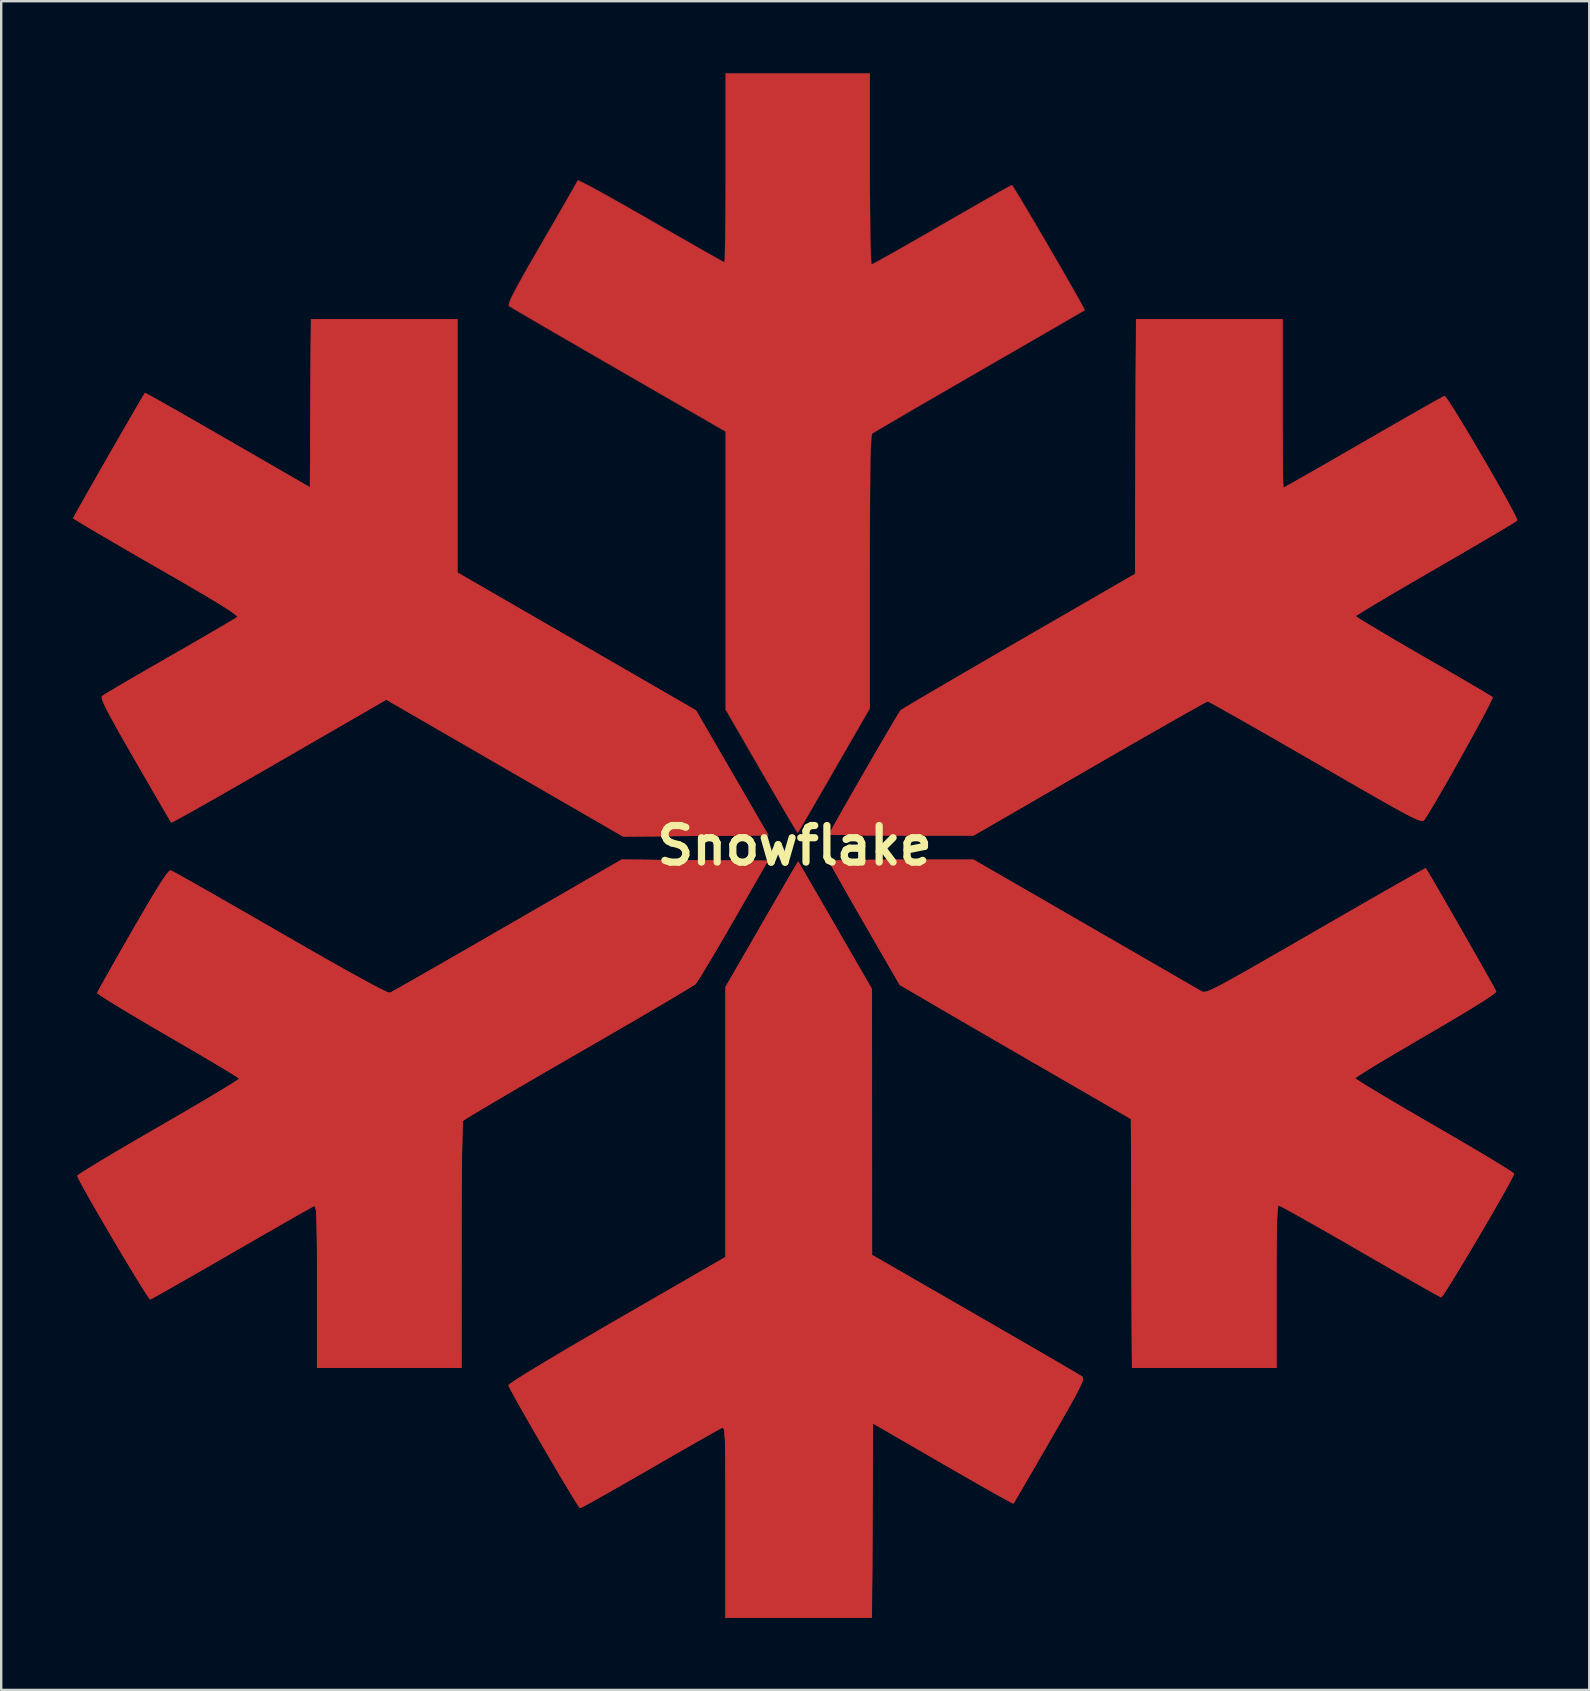
<source format=kicad_pcb>
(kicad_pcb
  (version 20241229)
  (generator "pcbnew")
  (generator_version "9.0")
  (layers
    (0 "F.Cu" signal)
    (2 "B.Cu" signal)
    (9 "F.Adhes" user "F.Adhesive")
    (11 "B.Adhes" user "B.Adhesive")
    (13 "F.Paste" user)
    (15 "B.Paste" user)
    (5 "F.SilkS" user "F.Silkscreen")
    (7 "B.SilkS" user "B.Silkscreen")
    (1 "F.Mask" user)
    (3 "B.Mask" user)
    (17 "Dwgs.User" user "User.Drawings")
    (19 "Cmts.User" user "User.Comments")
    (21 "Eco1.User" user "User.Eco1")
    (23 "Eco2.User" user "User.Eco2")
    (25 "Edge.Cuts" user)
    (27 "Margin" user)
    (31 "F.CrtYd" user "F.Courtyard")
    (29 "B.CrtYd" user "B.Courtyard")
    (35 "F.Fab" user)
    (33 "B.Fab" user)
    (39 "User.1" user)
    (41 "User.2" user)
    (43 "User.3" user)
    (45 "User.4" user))
  (footprint "Snowflake"
    (layer "F.Cu")
    (at 30.058 32.178)
    (property "Reference" "Snowflake" (at 0 0 0) (layer "F.SilkS") (effects (font (size 1.524 1.524) (thickness 0.3))))
    (attr through_hole)
    (fp_poly (pts (xy -14.055 -11.372) (xy -4.115 -5.63) (xy -2.815 -3.387) (xy -2.48 -2.809) (xy -2.163 -2.262) (xy -1.876 -1.769) (xy -1.633 -1.349) (xy -1.446 -1.027) (xy -1.327 -0.822) (xy -1.305 -0.785) (xy -1.096 -0.428) (xy -4.121 -0.404) (xy -7.147 -0.381) (xy -12.081 -3.232) (xy -17.015 -6.083) (xy -21.475 -3.507) (xy -22.27 -3.049) (xy -23.02 -2.618) (xy -23.713 -2.222) (xy -24.337 -1.866) (xy -24.879 -1.56) (xy -25.325 -1.309) (xy -25.664 -1.122) (xy -25.883 -1.004) (xy -25.969 -0.964) (xy -25.969 -0.965) (xy -26.018 -1.043) (xy -26.141 -1.252) (xy -26.33 -1.573) (xy -26.573 -1.991) (xy -26.861 -2.487) (xy -27.184 -3.046) (xy -27.482 -3.563) (xy -27.889 -4.271) (xy -28.215 -4.846) (xy -28.467 -5.302) (xy -28.652 -5.651) (xy -28.776 -5.905) (xy -28.846 -6.077) (xy -28.867 -6.181) (xy -28.853 -6.225) (xy -28.757 -6.288) (xy -28.53 -6.425) (xy -28.191 -6.626) (xy -27.756 -6.881) (xy -27.242 -7.179) (xy -26.667 -7.511) (xy -26.047 -7.867) (xy -26.035 -7.874) (xy -25.415 -8.23) (xy -24.839 -8.562) (xy -24.325 -8.861) (xy -23.889 -9.115) (xy -23.548 -9.316) (xy -23.321 -9.454) (xy -23.223 -9.517) (xy -23.222 -9.518) (xy -23.235 -9.563) (xy -23.333 -9.65) (xy -23.525 -9.786) (xy -23.82 -9.976) (xy -24.226 -10.225) (xy -24.751 -10.537) (xy -25.404 -10.919) (xy -26.193 -11.375) (xy -26.584 -11.6) (xy -27.283 -12.002) (xy -27.934 -12.378) (xy -28.524 -12.722) (xy -29.038 -13.023) (xy -29.463 -13.274) (xy -29.783 -13.466) (xy -29.985 -13.591) (xy -30.053 -13.639) (xy -30.013 -13.718) (xy -29.9 -13.923) (xy -29.726 -14.234) (xy -29.502 -14.631) (xy -29.239 -15.093) (xy -28.95 -15.6) (xy -28.646 -16.131) (xy -28.339 -16.667) (xy -28.04 -17.187) (xy -27.761 -17.67) (xy -27.514 -18.097) (xy -27.31 -18.447) (xy -27.161 -18.699) (xy -27.079 -18.834) (xy -27.067 -18.85) (xy -26.992 -18.814) (xy -26.784 -18.701) (xy -26.459 -18.52) (xy -26.03 -18.278) (xy -25.513 -17.984) (xy -24.922 -17.646) (xy -24.271 -17.272) (xy -23.618 -16.896) (xy -20.193 -14.919) (xy -20.171 -18.424) (xy -20.149 -21.929) (xy -14.055 -21.929) (xy -14.055 -11.372)) (stroke (width 0.01) (type solid)) (fill yes) (layer "F.Cu"))
    (fp_poly (pts (xy -14.055 -11.372) (xy -4.115 -5.63) (xy -2.815 -3.387) (xy -2.48 -2.809) (xy -2.163 -2.262) (xy -1.876 -1.769) (xy -1.633 -1.349) (xy -1.446 -1.027) (xy -1.327 -0.822) (xy -1.305 -0.785) (xy -1.096 -0.428) (xy -4.121 -0.404) (xy -7.147 -0.381) (xy -12.081 -3.232) (xy -17.015 -6.083) (xy -21.475 -3.507) (xy -22.27 -3.049) (xy -23.02 -2.618) (xy -23.713 -2.222) (xy -24.337 -1.866) (xy -24.879 -1.56) (xy -25.325 -1.309) (xy -25.664 -1.122) (xy -25.883 -1.004) (xy -25.969 -0.964) (xy -25.969 -0.965) (xy -26.018 -1.043) (xy -26.141 -1.252) (xy -26.33 -1.573) (xy -26.573 -1.991) (xy -26.861 -2.487) (xy -27.184 -3.046) (xy -27.482 -3.563) (xy -27.889 -4.271) (xy -28.215 -4.846) (xy -28.467 -5.302) (xy -28.652 -5.651) (xy -28.776 -5.905) (xy -28.846 -6.077) (xy -28.867 -6.181) (xy -28.853 -6.225) (xy -28.757 -6.288) (xy -28.53 -6.425) (xy -28.191 -6.626) (xy -27.756 -6.881) (xy -27.242 -7.179) (xy -26.667 -7.511) (xy -26.047 -7.867) (xy -26.035 -7.874) (xy -25.415 -8.23) (xy -24.839 -8.562) (xy -24.325 -8.861) (xy -23.889 -9.115) (xy -23.548 -9.316) (xy -23.321 -9.454) (xy -23.223 -9.517) (xy -23.222 -9.518) (xy -23.235 -9.563) (xy -23.333 -9.65) (xy -23.525 -9.786) (xy -23.82 -9.976) (xy -24.226 -10.225) (xy -24.751 -10.537) (xy -25.404 -10.919) (xy -26.193 -11.375) (xy -26.584 -11.6) (xy -27.283 -12.002) (xy -27.934 -12.378) (xy -28.524 -12.722) (xy -29.038 -13.023) (xy -29.463 -13.274) (xy -29.783 -13.466) (xy -29.985 -13.591) (xy -30.053 -13.639) (xy -30.013 -13.718) (xy -29.9 -13.923) (xy -29.726 -14.234) (xy -29.502 -14.631) (xy -29.239 -15.093) (xy -28.95 -15.6) (xy -28.646 -16.131) (xy -28.339 -16.667) (xy -28.04 -17.187) (xy -27.761 -17.67) (xy -27.514 -18.097) (xy -27.31 -18.447) (xy -27.161 -18.699) (xy -27.079 -18.834) (xy -27.067 -18.85) (xy -26.992 -18.814) (xy -26.784 -18.701) (xy -26.459 -18.52) (xy -26.03 -18.278) (xy -25.513 -17.984) (xy -24.922 -17.646) (xy -24.271 -17.272) (xy -23.618 -16.896) (xy -20.193 -14.919) (xy -20.171 -18.424) (xy -20.149 -21.929) (xy -14.055 -21.929) (xy -14.055 -11.372)) (stroke (width 0.01) (type solid)) (fill yes) (layer "F.Cu"))
    (fp_poly (pts (xy 1.682 3.325) (xy 3.217 5.982) (xy 3.219 11.521) (xy 3.221 17.06) (xy 7.527 19.541) (xy 8.312 19.994) (xy 9.056 20.424) (xy 9.745 20.822) (xy 10.365 21.182) (xy 10.904 21.495) (xy 11.348 21.754) (xy 11.684 21.951) (xy 11.898 22.078) (xy 11.974 22.125) (xy 12.005 22.165) (xy 12.008 22.234) (xy 11.977 22.346) (xy 11.905 22.515) (xy 11.784 22.757) (xy 11.607 23.086) (xy 11.366 23.516) (xy 11.055 24.062) (xy 10.666 24.737) (xy 10.628 24.803) (xy 10.281 25.403) (xy 9.962 25.955) (xy 9.679 26.442) (xy 9.443 26.848) (xy 9.263 27.155) (xy 9.149 27.347) (xy 9.112 27.408) (xy 9.034 27.373) (xy 8.827 27.263) (xy 8.504 27.085) (xy 8.082 26.848) (xy 7.577 26.561) (xy 7.004 26.234) (xy 6.379 25.874) (xy 6.171 25.754) (xy 3.26 24.07) (xy 3.238 28.122) (xy 3.216 32.173) (xy -2.879 32.173) (xy -2.879 28.185) (xy -2.879 27.259) (xy -2.88 26.488) (xy -2.883 25.859) (xy -2.888 25.357) (xy -2.895 24.97) (xy -2.905 24.681) (xy -2.919 24.479) (xy -2.937 24.349) (xy -2.96 24.277) (xy -2.987 24.249) (xy -3.02 24.251) (xy -3.023 24.252) (xy -3.127 24.306) (xy -3.36 24.435) (xy -3.706 24.63) (xy -4.148 24.881) (xy -4.67 25.179) (xy -5.253 25.514) (xy -5.883 25.877) (xy -6.016 25.954) (xy -6.65 26.319) (xy -7.238 26.656) (xy -7.764 26.956) (xy -8.214 27.208) (xy -8.569 27.406) (xy -8.814 27.538) (xy -8.933 27.597) (xy -8.941 27.599) (xy -8.997 27.528) (xy -9.124 27.33) (xy -9.311 27.026) (xy -9.546 26.636) (xy -9.818 26.18) (xy -10.113 25.679) (xy -10.421 25.154) (xy -10.729 24.623) (xy -11.025 24.109) (xy -11.298 23.632) (xy -11.536 23.211) (xy -11.726 22.867) (xy -11.858 22.621) (xy -11.918 22.493) (xy -11.92 22.486) (xy -11.853 22.424) (xy -11.649 22.284) (xy -11.316 22.072) (xy -10.865 21.795) (xy -10.305 21.458) (xy -9.647 21.066) (xy -8.899 20.626) (xy -8.072 20.144) (xy -7.412 19.762) (xy -2.879 17.145) (xy -2.879 11.52) (xy -2.879 5.895) (xy -1.508 3.519) (xy -1.17 2.932) (xy -0.852 2.383) (xy -0.568 1.891) (xy -0.328 1.477) (xy -0.144 1.16) (xy -0.027 0.959) (xy 0.005 0.906) (xy 0.147 0.669) (xy 1.682 3.325)) (stroke (width 0.01) (type solid)) (fill yes) (layer "F.Cu"))
    (fp_poly (pts (xy 1.682 3.325) (xy 3.217 5.982) (xy 3.219 11.521) (xy 3.221 17.06) (xy 7.527 19.541) (xy 8.312 19.994) (xy 9.056 20.424) (xy 9.745 20.822) (xy 10.365 21.182) (xy 10.904 21.495) (xy 11.348 21.754) (xy 11.684 21.951) (xy 11.898 22.078) (xy 11.974 22.125) (xy 12.005 22.165) (xy 12.008 22.234) (xy 11.977 22.346) (xy 11.905 22.515) (xy 11.784 22.757) (xy 11.607 23.086) (xy 11.366 23.516) (xy 11.055 24.062) (xy 10.666 24.737) (xy 10.628 24.803) (xy 10.281 25.403) (xy 9.962 25.955) (xy 9.679 26.442) (xy 9.443 26.848) (xy 9.263 27.155) (xy 9.149 27.347) (xy 9.112 27.408) (xy 9.034 27.373) (xy 8.827 27.263) (xy 8.504 27.085) (xy 8.082 26.848) (xy 7.577 26.561) (xy 7.004 26.234) (xy 6.379 25.874) (xy 6.171 25.754) (xy 3.26 24.07) (xy 3.238 28.122) (xy 3.216 32.173) (xy -2.879 32.173) (xy -2.879 28.185) (xy -2.879 27.259) (xy -2.88 26.488) (xy -2.883 25.859) (xy -2.888 25.357) (xy -2.895 24.97) (xy -2.905 24.681) (xy -2.919 24.479) (xy -2.937 24.349) (xy -2.96 24.277) (xy -2.987 24.249) (xy -3.02 24.251) (xy -3.023 24.252) (xy -3.127 24.306) (xy -3.36 24.435) (xy -3.706 24.63) (xy -4.148 24.881) (xy -4.67 25.179) (xy -5.253 25.514) (xy -5.883 25.877) (xy -6.016 25.954) (xy -6.65 26.319) (xy -7.238 26.656) (xy -7.764 26.956) (xy -8.214 27.208) (xy -8.569 27.406) (xy -8.814 27.538) (xy -8.933 27.597) (xy -8.941 27.599) (xy -8.997 27.528) (xy -9.124 27.33) (xy -9.311 27.026) (xy -9.546 26.636) (xy -9.818 26.18) (xy -10.113 25.679) (xy -10.421 25.154) (xy -10.729 24.623) (xy -11.025 24.109) (xy -11.298 23.632) (xy -11.536 23.211) (xy -11.726 22.867) (xy -11.858 22.621) (xy -11.918 22.493) (xy -11.92 22.486) (xy -11.853 22.424) (xy -11.649 22.284) (xy -11.316 22.072) (xy -10.865 21.795) (xy -10.305 21.458) (xy -9.647 21.066) (xy -8.899 20.626) (xy -8.072 20.144) (xy -7.412 19.762) (xy -2.879 17.145) (xy -2.879 11.52) (xy -2.879 5.895) (xy -1.508 3.519) (xy -1.17 2.932) (xy -0.852 2.383) (xy -0.568 1.891) (xy -0.328 1.477) (xy -0.144 1.16) (xy -0.027 0.959) (xy 0.005 0.906) (xy 0.147 0.669) (xy 1.682 3.325)) (stroke (width 0.01) (type solid)) (fill yes) (layer "F.Cu"))
    (fp_poly (pts (xy 3.133 -28.194) (xy 3.134 -27.35) (xy 3.139 -26.576) (xy 3.146 -25.886) (xy 3.155 -25.296) (xy 3.167 -24.819) (xy 3.18 -24.471) (xy 3.195 -24.266) (xy 3.208 -24.215) (xy 3.296 -24.256) (xy 3.513 -24.373) (xy 3.845 -24.557) (xy 4.274 -24.798) (xy 4.785 -25.089) (xy 5.361 -25.418) (xy 5.985 -25.778) (xy 6.137 -25.866) (xy 6.77 -26.231) (xy 7.358 -26.568) (xy 7.883 -26.869) (xy 8.33 -27.122) (xy 8.683 -27.321) (xy 8.926 -27.454) (xy 9.043 -27.514) (xy 9.05 -27.517) (xy 9.102 -27.447) (xy 9.226 -27.25) (xy 9.41 -26.947) (xy 9.643 -26.558) (xy 9.912 -26.103) (xy 10.207 -25.601) (xy 10.516 -25.073) (xy 10.826 -24.539) (xy 11.127 -24.018) (xy 11.406 -23.532) (xy 11.653 -23.1) (xy 11.854 -22.743) (xy 11.999 -22.479) (xy 12.076 -22.33) (xy 12.085 -22.303) (xy 12.01 -22.259) (xy 11.801 -22.138) (xy 11.471 -21.947) (xy 11.033 -21.693) (xy 10.5 -21.385) (xy 9.884 -21.029) (xy 9.198 -20.633) (xy 8.455 -20.204) (xy 7.705 -19.771) (xy 6.916 -19.315) (xy 6.17 -18.883) (xy 5.479 -18.483) (xy 4.857 -18.122) (xy 4.317 -17.807) (xy 3.872 -17.546) (xy 3.534 -17.348) (xy 3.319 -17.219) (xy 3.239 -17.168) (xy 3.217 -17.116) (xy 3.198 -16.99) (xy 3.182 -16.781) (xy 3.168 -16.479) (xy 3.157 -16.074) (xy 3.149 -15.555) (xy 3.142 -14.913) (xy 3.137 -14.138) (xy 3.134 -13.22) (xy 3.133 -12.148) (xy 3.132 -11.398) (xy 3.132 -5.715) (xy 1.643 -3.133) (xy 1.297 -2.532) (xy 0.978 -1.98) (xy 0.696 -1.492) (xy 0.46 -1.086) (xy 0.281 -0.779) (xy 0.168 -0.586) (xy 0.13 -0.526) (xy 0.084 -0.59) (xy -0.037 -0.786) (xy -0.223 -1.095) (xy -0.464 -1.502) (xy -0.751 -1.991) (xy -1.073 -2.545) (xy -1.386 -3.085) (xy -2.879 -5.669) (xy -2.879 -17.248) (xy -7.33 -19.817) (xy -8.128 -20.277) (xy -8.883 -20.714) (xy -9.583 -21.12) (xy -10.215 -21.486) (xy -10.766 -21.807) (xy -11.222 -22.074) (xy -11.571 -22.279) (xy -11.8 -22.415) (xy -11.896 -22.474) (xy -11.896 -22.474) (xy -11.913 -22.526) (xy -11.887 -22.633) (xy -11.814 -22.81) (xy -11.685 -23.069) (xy -11.495 -23.424) (xy -11.237 -23.886) (xy -10.904 -24.469) (xy -10.536 -25.104) (xy -10.19 -25.701) (xy -9.872 -26.252) (xy -9.591 -26.74) (xy -9.357 -27.147) (xy -9.18 -27.457) (xy -9.07 -27.652) (xy -9.037 -27.715) (xy -8.961 -27.689) (xy -8.754 -27.587) (xy -8.432 -27.416) (xy -8.009 -27.185) (xy -7.502 -26.903) (xy -6.926 -26.577) (xy -6.295 -26.218) (xy -5.991 -26.042) (xy -5.34 -25.667) (xy -4.734 -25.32) (xy -4.191 -25.009) (xy -3.724 -24.743) (xy -3.35 -24.532) (xy -3.085 -24.384) (xy -2.944 -24.308) (xy -2.925 -24.299) (xy -2.915 -24.381) (xy -2.907 -24.616) (xy -2.899 -24.987) (xy -2.892 -25.477) (xy -2.886 -26.07) (xy -2.882 -26.749) (xy -2.879 -27.498) (xy -2.879 -28.236) (xy -2.879 -32.173) (xy 3.133 -32.173) (xy 3.133 -28.194)) (stroke (width 0.01) (type solid)) (fill yes) (layer "F.Cu"))
    (fp_poly (pts (xy 12.087 3.269) (xy 12.904 3.741) (xy 13.682 4.19) (xy 14.407 4.609) (xy 15.067 4.99) (xy 15.648 5.326) (xy 16.138 5.609) (xy 16.522 5.831) (xy 16.789 5.985) (xy 16.925 6.064) (xy 16.935 6.07) (xy 16.983 6.093) (xy 17.04 6.103) (xy 17.117 6.095) (xy 17.226 6.062) (xy 17.378 5.998) (xy 17.584 5.899) (xy 17.856 5.757) (xy 18.204 5.567) (xy 18.64 5.323) (xy 19.175 5.019) (xy 19.82 4.649) (xy 20.587 4.208) (xy 21.486 3.689) (xy 21.709 3.56) (xy 22.512 3.097) (xy 23.271 2.66) (xy 23.973 2.257) (xy 24.605 1.895) (xy 25.156 1.582) (xy 25.611 1.323) (xy 25.961 1.127) (xy 26.19 1) (xy 26.288 0.95) (xy 26.29 0.95) (xy 26.347 1.04) (xy 26.475 1.255) (xy 26.662 1.576) (xy 26.897 1.98) (xy 27.166 2.448) (xy 27.459 2.958) (xy 27.764 3.49) (xy 28.069 4.023) (xy 28.361 4.537) (xy 28.629 5.009) (xy 28.861 5.42) (xy 29.046 5.749) (xy 29.17 5.975) (xy 29.223 6.078) (xy 29.224 6.081) (xy 29.159 6.152) (xy 28.953 6.3) (xy 28.614 6.52) (xy 28.149 6.809) (xy 27.566 7.16) (xy 26.873 7.57) (xy 26.3 7.904) (xy 25.657 8.278) (xy 25.063 8.628) (xy 24.532 8.944) (xy 24.081 9.217) (xy 23.724 9.437) (xy 23.478 9.595) (xy 23.357 9.682) (xy 23.347 9.694) (xy 23.418 9.751) (xy 23.622 9.883) (xy 23.943 10.082) (xy 24.367 10.338) (xy 24.88 10.643) (xy 25.466 10.988) (xy 26.111 11.365) (xy 26.658 11.681) (xy 27.34 12.076) (xy 27.974 12.447) (xy 28.547 12.785) (xy 29.042 13.081) (xy 29.447 13.328) (xy 29.745 13.515) (xy 29.923 13.634) (xy 29.968 13.674) (xy 29.927 13.776) (xy 29.811 13.999) (xy 29.633 14.324) (xy 29.404 14.73) (xy 29.136 15.197) (xy 28.841 15.705) (xy 28.531 16.233) (xy 28.218 16.762) (xy 27.914 17.271) (xy 27.631 17.74) (xy 27.38 18.149) (xy 27.174 18.477) (xy 27.024 18.705) (xy 26.943 18.813) (xy 26.933 18.818) (xy 26.844 18.773) (xy 26.623 18.651) (xy 26.286 18.462) (xy 25.849 18.213) (xy 25.325 17.914) (xy 24.731 17.573) (xy 24.08 17.198) (xy 23.55 16.892) (xy 22.868 16.498) (xy 22.228 16.132) (xy 21.648 15.802) (xy 21.142 15.516) (xy 20.725 15.283) (xy 20.412 15.112) (xy 20.218 15.011) (xy 20.16 14.986) (xy 20.135 15.042) (xy 20.113 15.214) (xy 20.096 15.511) (xy 20.083 15.942) (xy 20.074 16.515) (xy 20.068 17.238) (xy 20.066 18.12) (xy 20.066 18.373) (xy 20.066 21.759) (xy 14.056 21.759) (xy 14.034 16.573) (xy 14.012 11.388) (xy 10.668 9.455) (xy 9.914 9.019) (xy 9.149 8.576) (xy 8.397 8.141) (xy 7.683 7.727) (xy 7.032 7.348) (xy 6.467 7.02) (xy 6.013 6.756) (xy 5.851 6.661) (xy 4.378 5.8) (xy 2.911 3.26) (xy 2.567 2.663) (xy 2.252 2.112) (xy 1.975 1.625) (xy 1.745 1.219) (xy 1.574 0.91) (xy 1.47 0.717) (xy 1.441 0.656) (xy 1.522 0.641) (xy 1.754 0.628) (xy 2.116 0.616) (xy 2.591 0.606) (xy 3.16 0.599) (xy 3.802 0.594) (xy 4.446 0.593) (xy 7.453 0.593) (xy 12.087 3.269)) (stroke (width 0.01) (type solid)) (fill yes) (layer "F.Cu"))
    (fp_poly (pts (xy 12.087 3.269) (xy 12.904 3.741) (xy 13.682 4.19) (xy 14.407 4.609) (xy 15.067 4.99) (xy 15.648 5.326) (xy 16.138 5.609) (xy 16.522 5.831) (xy 16.789 5.985) (xy 16.925 6.064) (xy 16.935 6.07) (xy 16.983 6.093) (xy 17.04 6.103) (xy 17.117 6.095) (xy 17.226 6.062) (xy 17.378 5.998) (xy 17.584 5.899) (xy 17.856 5.757) (xy 18.204 5.567) (xy 18.64 5.323) (xy 19.175 5.019) (xy 19.82 4.649) (xy 20.587 4.208) (xy 21.486 3.689) (xy 21.709 3.56) (xy 22.512 3.097) (xy 23.271 2.66) (xy 23.973 2.257) (xy 24.605 1.895) (xy 25.156 1.582) (xy 25.611 1.323) (xy 25.961 1.127) (xy 26.19 1) (xy 26.288 0.95) (xy 26.29 0.95) (xy 26.347 1.04) (xy 26.475 1.255) (xy 26.662 1.576) (xy 26.897 1.98) (xy 27.166 2.448) (xy 27.459 2.958) (xy 27.764 3.49) (xy 28.069 4.023) (xy 28.361 4.537) (xy 28.629 5.009) (xy 28.861 5.42) (xy 29.046 5.749) (xy 29.17 5.975) (xy 29.223 6.078) (xy 29.224 6.081) (xy 29.159 6.152) (xy 28.953 6.3) (xy 28.614 6.52) (xy 28.149 6.809) (xy 27.566 7.16) (xy 26.873 7.57) (xy 26.3 7.904) (xy 25.657 8.278) (xy 25.063 8.628) (xy 24.532 8.944) (xy 24.081 9.217) (xy 23.724 9.437) (xy 23.478 9.595) (xy 23.357 9.682) (xy 23.347 9.694) (xy 23.418 9.751) (xy 23.622 9.883) (xy 23.943 10.082) (xy 24.367 10.338) (xy 24.88 10.643) (xy 25.466 10.988) (xy 26.111 11.365) (xy 26.658 11.681) (xy 27.34 12.076) (xy 27.974 12.447) (xy 28.547 12.785) (xy 29.042 13.081) (xy 29.447 13.328) (xy 29.745 13.515) (xy 29.923 13.634) (xy 29.968 13.674) (xy 29.927 13.776) (xy 29.811 13.999) (xy 29.633 14.324) (xy 29.404 14.73) (xy 29.136 15.197) (xy 28.841 15.705) (xy 28.531 16.233) (xy 28.218 16.762) (xy 27.914 17.271) (xy 27.631 17.74) (xy 27.38 18.149) (xy 27.174 18.477) (xy 27.024 18.705) (xy 26.943 18.813) (xy 26.933 18.818) (xy 26.844 18.773) (xy 26.623 18.651) (xy 26.286 18.462) (xy 25.849 18.213) (xy 25.325 17.914) (xy 24.731 17.573) (xy 24.08 17.198) (xy 23.55 16.892) (xy 22.868 16.498) (xy 22.228 16.132) (xy 21.648 15.802) (xy 21.142 15.516) (xy 20.725 15.283) (xy 20.412 15.112) (xy 20.218 15.011) (xy 20.16 14.986) (xy 20.135 15.042) (xy 20.113 15.214) (xy 20.096 15.511) (xy 20.083 15.942) (xy 20.074 16.515) (xy 20.068 17.238) (xy 20.066 18.12) (xy 20.066 18.373) (xy 20.066 21.759) (xy 14.056 21.759) (xy 14.034 16.573) (xy 14.012 11.388) (xy 10.668 9.455) (xy 9.914 9.019) (xy 9.149 8.576) (xy 8.397 8.141) (xy 7.683 7.727) (xy 7.032 7.348) (xy 6.467 7.02) (xy 6.013 6.756) (xy 5.851 6.661) (xy 4.378 5.8) (xy 2.911 3.26) (xy 2.567 2.663) (xy 2.252 2.112) (xy 1.975 1.625) (xy 1.745 1.219) (xy 1.574 0.91) (xy 1.47 0.717) (xy 1.441 0.656) (xy 1.522 0.641) (xy 1.754 0.628) (xy 2.116 0.616) (xy 2.591 0.606) (xy 3.16 0.599) (xy 3.802 0.594) (xy 4.446 0.593) (xy 7.453 0.593) (xy 12.087 3.269)) (stroke (width 0.01) (type solid)) (fill yes) (layer "F.Cu"))
    (fp_poly (pts (xy 20.32 -18.415) (xy 20.321 -17.662) (xy 20.324 -16.965) (xy 20.328 -16.34) (xy 20.333 -15.805) (xy 20.34 -15.379) (xy 20.347 -15.078) (xy 20.355 -14.921) (xy 20.359 -14.901) (xy 20.439 -14.942) (xy 20.649 -15.06) (xy 20.977 -15.245) (xy 21.407 -15.49) (xy 21.923 -15.785) (xy 22.512 -16.123) (xy 23.158 -16.495) (xy 23.689 -16.801) (xy 24.371 -17.195) (xy 25.01 -17.562) (xy 25.59 -17.894) (xy 26.096 -18.183) (xy 26.513 -18.419) (xy 26.825 -18.594) (xy 27.017 -18.699) (xy 27.074 -18.727) (xy 27.136 -18.663) (xy 27.268 -18.471) (xy 27.46 -18.172) (xy 27.699 -17.785) (xy 27.973 -17.332) (xy 28.272 -16.831) (xy 28.582 -16.305) (xy 28.892 -15.771) (xy 29.191 -15.252) (xy 29.466 -14.767) (xy 29.706 -14.336) (xy 29.899 -13.979) (xy 30.033 -13.717) (xy 30.096 -13.57) (xy 30.099 -13.546) (xy 30.019 -13.492) (xy 29.808 -13.361) (xy 29.479 -13.164) (xy 29.048 -12.909) (xy 28.529 -12.604) (xy 27.937 -12.258) (xy 27.287 -11.881) (xy 26.713 -11.548) (xy 26.028 -11.151) (xy 25.39 -10.779) (xy 24.814 -10.441) (xy 24.314 -10.145) (xy 23.905 -9.9) (xy 23.602 -9.714) (xy 23.419 -9.597) (xy 23.368 -9.558) (xy 23.439 -9.504) (xy 23.641 -9.375) (xy 23.958 -9.182) (xy 24.374 -8.933) (xy 24.874 -8.637) (xy 25.441 -8.305) (xy 26.06 -7.946) (xy 26.183 -7.875) (xy 26.813 -7.511) (xy 27.398 -7.171) (xy 27.922 -6.866) (xy 28.367 -6.605) (xy 28.717 -6.398) (xy 28.956 -6.254) (xy 29.068 -6.184) (xy 29.073 -6.179) (xy 29.046 -6.096) (xy 28.946 -5.887) (xy 28.784 -5.573) (xy 28.571 -5.173) (xy 28.32 -4.71) (xy 28.04 -4.202) (xy 27.745 -3.671) (xy 27.445 -3.138) (xy 27.152 -2.622) (xy 26.877 -2.144) (xy 26.632 -1.725) (xy 26.428 -1.386) (xy 26.277 -1.147) (xy 26.224 -1.071) (xy 26.193 -1.042) (xy 26.145 -1.031) (xy 26.067 -1.043) (xy 25.949 -1.083) (xy 25.78 -1.159) (xy 25.549 -1.275) (xy 25.244 -1.438) (xy 24.855 -1.653) (xy 24.37 -1.926) (xy 23.779 -2.264) (xy 23.069 -2.672) (xy 22.231 -3.156) (xy 21.7 -3.463) (xy 20.908 -3.919) (xy 20.159 -4.35) (xy 19.467 -4.747) (xy 18.842 -5.103) (xy 18.3 -5.41) (xy 17.852 -5.662) (xy 17.512 -5.852) (xy 17.293 -5.97) (xy 17.207 -6.011) (xy 17.121 -5.97) (xy 16.901 -5.851) (xy 16.559 -5.661) (xy 16.108 -5.406) (xy 15.56 -5.095) (xy 14.927 -4.734) (xy 14.221 -4.331) (xy 13.456 -3.891) (xy 12.643 -3.422) (xy 12.288 -3.217) (xy 7.453 -0.423) (xy 4.446 -0.423) (xy 3.752 -0.425) (xy 3.114 -0.428) (xy 2.552 -0.434) (xy 2.084 -0.442) (xy 1.73 -0.451) (xy 1.509 -0.461) (xy 1.439 -0.471) (xy 1.48 -0.555) (xy 1.594 -0.765) (xy 1.771 -1.079) (xy 1.997 -1.479) (xy 2.261 -1.942) (xy 2.552 -2.449) (xy 2.857 -2.98) (xy 3.165 -3.513) (xy 3.464 -4.029) (xy 3.742 -4.506) (xy 3.988 -4.924) (xy 4.188 -5.264) (xy 4.333 -5.503) (xy 4.409 -5.622) (xy 4.415 -5.63) (xy 4.5 -5.686) (xy 4.72 -5.819) (xy 5.062 -6.023) (xy 5.513 -6.289) (xy 6.062 -6.61) (xy 6.695 -6.98) (xy 7.402 -7.391) (xy 8.168 -7.836) (xy 8.982 -8.308) (xy 9.338 -8.514) (xy 14.182 -11.312) (xy 14.203 -16.62) (xy 14.225 -21.929) (xy 20.32 -21.929) (xy 20.32 -18.415)) (stroke (width 0.01) (type solid)) (fill yes) (layer "F.Cu"))
    (fp_poly (pts (xy 20.32 -18.415) (xy 20.321 -17.662) (xy 20.324 -16.965) (xy 20.328 -16.34) (xy 20.333 -15.805) (xy 20.34 -15.379) (xy 20.347 -15.078) (xy 20.355 -14.921) (xy 20.359 -14.901) (xy 20.439 -14.942) (xy 20.649 -15.06) (xy 20.977 -15.245) (xy 21.407 -15.49) (xy 21.923 -15.785) (xy 22.512 -16.123) (xy 23.158 -16.495) (xy 23.689 -16.801) (xy 24.371 -17.195) (xy 25.01 -17.562) (xy 25.59 -17.894) (xy 26.096 -18.183) (xy 26.513 -18.419) (xy 26.825 -18.594) (xy 27.017 -18.699) (xy 27.074 -18.727) (xy 27.136 -18.663) (xy 27.268 -18.471) (xy 27.46 -18.172) (xy 27.699 -17.785) (xy 27.973 -17.332) (xy 28.272 -16.831) (xy 28.582 -16.305) (xy 28.892 -15.771) (xy 29.191 -15.252) (xy 29.466 -14.767) (xy 29.706 -14.336) (xy 29.899 -13.979) (xy 30.033 -13.717) (xy 30.096 -13.57) (xy 30.099 -13.546) (xy 30.019 -13.492) (xy 29.808 -13.361) (xy 29.479 -13.164) (xy 29.048 -12.909) (xy 28.529 -12.604) (xy 27.937 -12.258) (xy 27.287 -11.881) (xy 26.713 -11.548) (xy 26.028 -11.151) (xy 25.39 -10.779) (xy 24.814 -10.441) (xy 24.314 -10.145) (xy 23.905 -9.9) (xy 23.602 -9.714) (xy 23.419 -9.597) (xy 23.368 -9.558) (xy 23.439 -9.504) (xy 23.641 -9.375) (xy 23.958 -9.182) (xy 24.374 -8.933) (xy 24.874 -8.637) (xy 25.441 -8.305) (xy 26.06 -7.946) (xy 26.183 -7.875) (xy 26.813 -7.511) (xy 27.398 -7.171) (xy 27.922 -6.866) (xy 28.367 -6.605) (xy 28.717 -6.398) (xy 28.956 -6.254) (xy 29.068 -6.184) (xy 29.073 -6.179) (xy 29.046 -6.096) (xy 28.946 -5.887) (xy 28.784 -5.573) (xy 28.571 -5.173) (xy 28.32 -4.71) (xy 28.04 -4.202) (xy 27.745 -3.671) (xy 27.445 -3.138) (xy 27.152 -2.622) (xy 26.877 -2.144) (xy 26.632 -1.725) (xy 26.428 -1.386) (xy 26.277 -1.147) (xy 26.224 -1.071) (xy 26.193 -1.042) (xy 26.145 -1.031) (xy 26.067 -1.043) (xy 25.949 -1.083) (xy 25.78 -1.159) (xy 25.549 -1.275) (xy 25.244 -1.438) (xy 24.855 -1.653) (xy 24.37 -1.926) (xy 23.779 -2.264) (xy 23.069 -2.672) (xy 22.231 -3.156) (xy 21.7 -3.463) (xy 20.908 -3.919) (xy 20.159 -4.35) (xy 19.467 -4.747) (xy 18.842 -5.103) (xy 18.3 -5.41) (xy 17.852 -5.662) (xy 17.512 -5.852) (xy 17.293 -5.97) (xy 17.207 -6.011) (xy 17.121 -5.97) (xy 16.901 -5.851) (xy 16.559 -5.661) (xy 16.108 -5.406) (xy 15.56 -5.095) (xy 14.927 -4.734) (xy 14.221 -4.331) (xy 13.456 -3.891) (xy 12.643 -3.422) (xy 12.288 -3.217) (xy 7.453 -0.423) (xy 4.446 -0.423) (xy 3.752 -0.425) (xy 3.114 -0.428) (xy 2.552 -0.434) (xy 2.084 -0.442) (xy 1.73 -0.451) (xy 1.509 -0.461) (xy 1.439 -0.471) (xy 1.48 -0.555) (xy 1.594 -0.765) (xy 1.771 -1.079) (xy 1.997 -1.479) (xy 2.261 -1.942) (xy 2.552 -2.449) (xy 2.857 -2.98) (xy 3.165 -3.513) (xy 3.464 -4.029) (xy 3.742 -4.506) (xy 3.988 -4.924) (xy 4.188 -5.264) (xy 4.333 -5.503) (xy 4.409 -5.622) (xy 4.415 -5.63) (xy 4.5 -5.686) (xy 4.72 -5.819) (xy 5.062 -6.023) (xy 5.513 -6.289) (xy 6.062 -6.61) (xy 6.695 -6.98) (xy 7.402 -7.391) (xy 8.168 -7.836) (xy 8.982 -8.308) (xy 9.338 -8.514) (xy 14.182 -11.312) (xy 14.203 -16.62) (xy 14.225 -21.929) (xy 20.32 -21.929) (xy 20.32 -18.415)) (stroke (width 0.01) (type solid)) (fill yes) (layer "F.Cu"))
    (fp_poly (pts (xy -1.119 0.635) (xy -2.555 3.133) (xy -2.9 3.73) (xy -3.224 4.284) (xy -3.515 4.776) (xy -3.763 5.189) (xy -3.957 5.505) (xy -4.086 5.705) (xy -4.133 5.767) (xy -4.23 5.832) (xy -4.46 5.974) (xy -4.813 6.185) (xy -5.273 6.459) (xy -5.83 6.786) (xy -6.47 7.16) (xy -7.181 7.574) (xy -7.949 8.02) (xy -8.762 8.49) (xy -9.017 8.637) (xy -9.839 9.111) (xy -10.617 9.562) (xy -11.34 9.983) (xy -11.995 10.366) (xy -12.569 10.703) (xy -13.05 10.988) (xy -13.425 11.213) (xy -13.682 11.371) (xy -13.809 11.454) (xy -13.821 11.463) (xy -13.832 11.563) (xy -13.842 11.816) (xy -13.852 12.21) (xy -13.861 12.727) (xy -13.869 13.354) (xy -13.875 14.076) (xy -13.88 14.877) (xy -13.883 15.743) (xy -13.884 16.658) (xy -13.884 16.658) (xy -13.885 21.759) (xy -19.897 21.759) (xy -19.897 18.364) (xy -19.897 17.512) (xy -19.899 16.814) (xy -19.903 16.256) (xy -19.91 15.824) (xy -19.92 15.501) (xy -19.933 15.274) (xy -19.951 15.127) (xy -19.974 15.046) (xy -20.003 15.016) (xy -20.029 15.019) (xy -20.127 15.07) (xy -20.357 15.198) (xy -20.703 15.393) (xy -21.149 15.647) (xy -21.679 15.951) (xy -22.28 16.295) (xy -22.934 16.672) (xy -23.46 16.976) (xy -24.144 17.37) (xy -24.783 17.738) (xy -25.363 18.07) (xy -25.869 18.358) (xy -26.286 18.594) (xy -26.598 18.769) (xy -26.79 18.875) (xy -26.848 18.903) (xy -26.905 18.837) (xy -27.035 18.644) (xy -27.225 18.344) (xy -27.463 17.958) (xy -27.738 17.505) (xy -28.037 17.007) (xy -28.348 16.482) (xy -28.66 15.951) (xy -28.961 15.435) (xy -29.239 14.954) (xy -29.481 14.527) (xy -29.676 14.174) (xy -29.813 13.917) (xy -29.878 13.776) (xy -29.882 13.758) (xy -29.812 13.7) (xy -29.608 13.567) (xy -29.286 13.367) (xy -28.861 13.11) (xy -28.347 12.803) (xy -27.758 12.457) (xy -27.109 12.079) (xy -26.499 11.726) (xy -25.81 11.328) (xy -25.17 10.954) (xy -24.591 10.614) (xy -24.09 10.315) (xy -23.68 10.066) (xy -23.375 9.876) (xy -23.19 9.753) (xy -23.138 9.708) (xy -23.214 9.652) (xy -23.421 9.52) (xy -23.744 9.323) (xy -24.167 9.07) (xy -24.674 8.77) (xy -25.249 8.433) (xy -25.877 8.067) (xy -26.114 7.93) (xy -26.756 7.557) (xy -27.349 7.207) (xy -27.878 6.891) (xy -28.327 6.618) (xy -28.681 6.398) (xy -28.925 6.239) (xy -29.042 6.151) (xy -29.051 6.138) (xy -29.007 6.047) (xy -28.887 5.827) (xy -28.703 5.496) (xy -28.463 5.07) (xy -28.178 4.567) (xy -27.857 4.006) (xy -27.583 3.529) (xy -27.161 2.801) (xy -26.814 2.212) (xy -26.536 1.754) (xy -26.321 1.417) (xy -26.164 1.192) (xy -26.057 1.069) (xy -25.997 1.039) (xy -25.902 1.087) (xy -25.673 1.212) (xy -25.324 1.407) (xy -24.868 1.665) (xy -24.318 1.977) (xy -23.687 2.338) (xy -22.988 2.739) (xy -22.235 3.172) (xy -21.44 3.631) (xy -21.434 3.634) (xy -20.419 4.218) (xy -19.524 4.729) (xy -18.751 5.164) (xy -18.106 5.522) (xy -17.591 5.801) (xy -17.211 5.998) (xy -16.968 6.112) (xy -16.868 6.141) (xy -16.772 6.091) (xy -16.543 5.963) (xy -16.193 5.764) (xy -15.734 5.503) (xy -15.179 5.185) (xy -14.54 4.819) (xy -13.831 4.412) (xy -13.064 3.97) (xy -12.252 3.501) (xy -11.972 3.34) (xy -7.212 0.591) (xy -1.119 0.635)) (stroke (width 0.01) (type solid)) (fill yes) (layer "F.Cu"))
    (fp_poly (pts (xy -1.119 0.635) (xy -2.555 3.133) (xy -2.9 3.73) (xy -3.224 4.284) (xy -3.515 4.776) (xy -3.763 5.189) (xy -3.957 5.505) (xy -4.086 5.705) (xy -4.133 5.767) (xy -4.23 5.832) (xy -4.46 5.974) (xy -4.813 6.185) (xy -5.273 6.459) (xy -5.83 6.786) (xy -6.47 7.16) (xy -7.181 7.574) (xy -7.949 8.02) (xy -8.762 8.49) (xy -9.017 8.637) (xy -9.839 9.111) (xy -10.617 9.562) (xy -11.34 9.983) (xy -11.995 10.366) (xy -12.569 10.703) (xy -13.05 10.988) (xy -13.425 11.213) (xy -13.682 11.371) (xy -13.809 11.454) (xy -13.821 11.463) (xy -13.832 11.563) (xy -13.842 11.816) (xy -13.852 12.21) (xy -13.861 12.727) (xy -13.869 13.354) (xy -13.875 14.076) (xy -13.88 14.877) (xy -13.883 15.743) (xy -13.884 16.658) (xy -13.884 16.658) (xy -13.885 21.759) (xy -19.897 21.759) (xy -19.897 18.364) (xy -19.897 17.512) (xy -19.899 16.814) (xy -19.903 16.256) (xy -19.91 15.824) (xy -19.92 15.501) (xy -19.933 15.274) (xy -19.951 15.127) (xy -19.974 15.046) (xy -20.003 15.016) (xy -20.029 15.019) (xy -20.127 15.07) (xy -20.357 15.198) (xy -20.703 15.393) (xy -21.149 15.647) (xy -21.679 15.951) (xy -22.28 16.295) (xy -22.934 16.672) (xy -23.46 16.976) (xy -24.144 17.37) (xy -24.783 17.738) (xy -25.363 18.07) (xy -25.869 18.358) (xy -26.286 18.594) (xy -26.598 18.769) (xy -26.79 18.875) (xy -26.848 18.903) (xy -26.905 18.837) (xy -27.035 18.644) (xy -27.225 18.344) (xy -27.463 17.958) (xy -27.738 17.505) (xy -28.037 17.007) (xy -28.348 16.482) (xy -28.66 15.951) (xy -28.961 15.435) (xy -29.239 14.954) (xy -29.481 14.527) (xy -29.676 14.174) (xy -29.813 13.917) (xy -29.878 13.776) (xy -29.882 13.758) (xy -29.812 13.7) (xy -29.608 13.567) (xy -29.286 13.367) (xy -28.861 13.11) (xy -28.347 12.803) (xy -27.758 12.457) (xy -27.109 12.079) (xy -26.499 11.726) (xy -25.81 11.328) (xy -25.17 10.954) (xy -24.591 10.614) (xy -24.09 10.315) (xy -23.68 10.066) (xy -23.375 9.876) (xy -23.19 9.753) (xy -23.138 9.708) (xy -23.214 9.652) (xy -23.421 9.52) (xy -23.744 9.323) (xy -24.167 9.07) (xy -24.674 8.77) (xy -25.249 8.433) (xy -25.877 8.067) (xy -26.114 7.93) (xy -26.756 7.557) (xy -27.349 7.207) (xy -27.878 6.891) (xy -28.327 6.618) (xy -28.681 6.398) (xy -28.925 6.239) (xy -29.042 6.151) (xy -29.051 6.138) (xy -29.007 6.047) (xy -28.887 5.827) (xy -28.703 5.496) (xy -28.463 5.07) (xy -28.178 4.567) (xy -27.857 4.006) (xy -27.583 3.529) (xy -27.161 2.801) (xy -26.814 2.212) (xy -26.536 1.754) (xy -26.321 1.417) (xy -26.164 1.192) (xy -26.057 1.069) (xy -25.997 1.039) (xy -25.902 1.087) (xy -25.673 1.212) (xy -25.324 1.407) (xy -24.868 1.665) (xy -24.318 1.977) (xy -23.687 2.338) (xy -22.988 2.739) (xy -22.235 3.172) (xy -21.44 3.631) (xy -21.434 3.634) (xy -20.419 4.218) (xy -19.524 4.729) (xy -18.751 5.164) (xy -18.106 5.522) (xy -17.591 5.801) (xy -17.211 5.998) (xy -16.968 6.112) (xy -16.868 6.141) (xy -16.772 6.091) (xy -16.543 5.963) (xy -16.193 5.764) (xy -15.734 5.503) (xy -15.179 5.185) (xy -14.54 4.819) (xy -13.831 4.412) (xy -13.064 3.97) (xy -12.252 3.501) (xy -11.972 3.34) (xy -7.212 0.591) (xy -1.119 0.635)) (stroke (width 0.01) (type solid)) (fill yes) (layer "F.Cu"))
    (fp_poly (pts (xy -14.055 -11.372) (xy -4.115 -5.63) (xy -2.815 -3.387) (xy -2.48 -2.809) (xy -2.163 -2.262) (xy -1.876 -1.769) (xy -1.633 -1.349) (xy -1.446 -1.027) (xy -1.327 -0.822) (xy -1.305 -0.785) (xy -1.096 -0.428) (xy -4.121 -0.404) (xy -7.147 -0.381) (xy -12.081 -3.232) (xy -17.015 -6.083) (xy -21.475 -3.507) (xy -22.27 -3.049) (xy -23.02 -2.618) (xy -23.713 -2.222) (xy -24.337 -1.866) (xy -24.879 -1.56) (xy -25.325 -1.309) (xy -25.664 -1.122) (xy -25.883 -1.004) (xy -25.969 -0.964) (xy -25.969 -0.965) (xy -26.018 -1.043) (xy -26.141 -1.252) (xy -26.33 -1.573) (xy -26.573 -1.991) (xy -26.861 -2.487) (xy -27.184 -3.046) (xy -27.482 -3.563) (xy -27.889 -4.271) (xy -28.215 -4.846) (xy -28.467 -5.302) (xy -28.652 -5.651) (xy -28.776 -5.905) (xy -28.846 -6.077) (xy -28.867 -6.181) (xy -28.853 -6.225) (xy -28.757 -6.288) (xy -28.53 -6.425) (xy -28.191 -6.626) (xy -27.756 -6.881) (xy -27.242 -7.179) (xy -26.667 -7.511) (xy -26.047 -7.867) (xy -26.035 -7.874) (xy -25.415 -8.23) (xy -24.839 -8.562) (xy -24.325 -8.861) (xy -23.889 -9.115) (xy -23.548 -9.316) (xy -23.321 -9.454) (xy -23.223 -9.517) (xy -23.222 -9.518) (xy -23.235 -9.563) (xy -23.333 -9.65) (xy -23.525 -9.786) (xy -23.82 -9.976) (xy -24.226 -10.225) (xy -24.751 -10.537) (xy -25.404 -10.919) (xy -26.193 -11.375) (xy -26.584 -11.6) (xy -27.283 -12.002) (xy -27.934 -12.378) (xy -28.524 -12.722) (xy -29.038 -13.023) (xy -29.463 -13.274) (xy -29.783 -13.466) (xy -29.985 -13.591) (xy -30.053 -13.639) (xy -30.013 -13.718) (xy -29.9 -13.923) (xy -29.726 -14.234) (xy -29.502 -14.631) (xy -29.239 -15.093) (xy -28.95 -15.6) (xy -28.646 -16.131) (xy -28.339 -16.667) (xy -28.04 -17.187) (xy -27.761 -17.67) (xy -27.514 -18.097) (xy -27.31 -18.447) (xy -27.161 -18.699) (xy -27.079 -18.834) (xy -27.067 -18.85) (xy -26.992 -18.814) (xy -26.784 -18.701) (xy -26.459 -18.52) (xy -26.03 -18.278) (xy -25.513 -17.984) (xy -24.922 -17.646) (xy -24.271 -17.272) (xy -23.618 -16.896) (xy -20.193 -14.919) (xy -20.171 -18.424) (xy -20.149 -21.929) (xy -14.055 -21.929) (xy -14.055 -11.372)) (stroke (width 0.01) (type solid)) (fill yes) (layer "F.Mask"))
    (fp_poly (pts (xy -14.055 -11.372) (xy -4.115 -5.63) (xy -2.815 -3.387) (xy -2.48 -2.809) (xy -2.163 -2.262) (xy -1.876 -1.769) (xy -1.633 -1.349) (xy -1.446 -1.027) (xy -1.327 -0.822) (xy -1.305 -0.785) (xy -1.096 -0.428) (xy -4.121 -0.404) (xy -7.147 -0.381) (xy -12.081 -3.232) (xy -17.015 -6.083) (xy -21.475 -3.507) (xy -22.27 -3.049) (xy -23.02 -2.618) (xy -23.713 -2.222) (xy -24.337 -1.866) (xy -24.879 -1.56) (xy -25.325 -1.309) (xy -25.664 -1.122) (xy -25.883 -1.004) (xy -25.969 -0.964) (xy -25.969 -0.965) (xy -26.018 -1.043) (xy -26.141 -1.252) (xy -26.33 -1.573) (xy -26.573 -1.991) (xy -26.861 -2.487) (xy -27.184 -3.046) (xy -27.482 -3.563) (xy -27.889 -4.271) (xy -28.215 -4.846) (xy -28.467 -5.302) (xy -28.652 -5.651) (xy -28.776 -5.905) (xy -28.846 -6.077) (xy -28.867 -6.181) (xy -28.853 -6.225) (xy -28.757 -6.288) (xy -28.53 -6.425) (xy -28.191 -6.626) (xy -27.756 -6.881) (xy -27.242 -7.179) (xy -26.667 -7.511) (xy -26.047 -7.867) (xy -26.035 -7.874) (xy -25.415 -8.23) (xy -24.839 -8.562) (xy -24.325 -8.861) (xy -23.889 -9.115) (xy -23.548 -9.316) (xy -23.321 -9.454) (xy -23.223 -9.517) (xy -23.222 -9.518) (xy -23.235 -9.563) (xy -23.333 -9.65) (xy -23.525 -9.786) (xy -23.82 -9.976) (xy -24.226 -10.225) (xy -24.751 -10.537) (xy -25.404 -10.919) (xy -26.193 -11.375) (xy -26.584 -11.6) (xy -27.283 -12.002) (xy -27.934 -12.378) (xy -28.524 -12.722) (xy -29.038 -13.023) (xy -29.463 -13.274) (xy -29.783 -13.466) (xy -29.985 -13.591) (xy -30.053 -13.639) (xy -30.013 -13.718) (xy -29.9 -13.923) (xy -29.726 -14.234) (xy -29.502 -14.631) (xy -29.239 -15.093) (xy -28.95 -15.6) (xy -28.646 -16.131) (xy -28.339 -16.667) (xy -28.04 -17.187) (xy -27.761 -17.67) (xy -27.514 -18.097) (xy -27.31 -18.447) (xy -27.161 -18.699) (xy -27.079 -18.834) (xy -27.067 -18.85) (xy -26.992 -18.814) (xy -26.784 -18.701) (xy -26.459 -18.52) (xy -26.03 -18.278) (xy -25.513 -17.984) (xy -24.922 -17.646) (xy -24.271 -17.272) (xy -23.618 -16.896) (xy -20.193 -14.919) (xy -20.171 -18.424) (xy -20.149 -21.929) (xy -14.055 -21.929) (xy -14.055 -11.372)) (stroke (width 0.01) (type solid)) (fill yes) (layer "F.Mask"))
    (fp_poly (pts (xy 1.682 3.325) (xy 3.217 5.982) (xy 3.219 11.521) (xy 3.221 17.06) (xy 7.527 19.541) (xy 8.312 19.994) (xy 9.056 20.424) (xy 9.745 20.822) (xy 10.365 21.182) (xy 10.904 21.495) (xy 11.348 21.754) (xy 11.684 21.951) (xy 11.898 22.078) (xy 11.974 22.125) (xy 12.005 22.165) (xy 12.008 22.234) (xy 11.977 22.346) (xy 11.905 22.515) (xy 11.784 22.757) (xy 11.607 23.086) (xy 11.366 23.516) (xy 11.055 24.062) (xy 10.666 24.737) (xy 10.628 24.803) (xy 10.281 25.403) (xy 9.962 25.955) (xy 9.679 26.442) (xy 9.443 26.848) (xy 9.263 27.155) (xy 9.149 27.347) (xy 9.112 27.408) (xy 9.034 27.373) (xy 8.827 27.263) (xy 8.504 27.085) (xy 8.082 26.848) (xy 7.577 26.561) (xy 7.004 26.234) (xy 6.379 25.874) (xy 6.171 25.754) (xy 3.26 24.07) (xy 3.238 28.122) (xy 3.216 32.173) (xy -2.879 32.173) (xy -2.879 28.185) (xy -2.879 27.259) (xy -2.88 26.488) (xy -2.883 25.859) (xy -2.888 25.357) (xy -2.895 24.97) (xy -2.905 24.681) (xy -2.919 24.479) (xy -2.937 24.349) (xy -2.96 24.277) (xy -2.987 24.249) (xy -3.02 24.251) (xy -3.023 24.252) (xy -3.127 24.306) (xy -3.36 24.435) (xy -3.706 24.63) (xy -4.148 24.881) (xy -4.67 25.179) (xy -5.253 25.514) (xy -5.883 25.877) (xy -6.016 25.954) (xy -6.65 26.319) (xy -7.238 26.656) (xy -7.764 26.956) (xy -8.214 27.208) (xy -8.569 27.406) (xy -8.814 27.538) (xy -8.933 27.597) (xy -8.941 27.599) (xy -8.997 27.528) (xy -9.124 27.33) (xy -9.311 27.026) (xy -9.546 26.636) (xy -9.818 26.18) (xy -10.113 25.679) (xy -10.421 25.154) (xy -10.729 24.623) (xy -11.025 24.109) (xy -11.298 23.632) (xy -11.536 23.211) (xy -11.726 22.867) (xy -11.858 22.621) (xy -11.918 22.493) (xy -11.92 22.486) (xy -11.853 22.424) (xy -11.649 22.284) (xy -11.316 22.072) (xy -10.865 21.795) (xy -10.305 21.458) (xy -9.647 21.066) (xy -8.899 20.626) (xy -8.072 20.144) (xy -7.412 19.762) (xy -2.879 17.145) (xy -2.879 11.52) (xy -2.879 5.895) (xy -1.508 3.519) (xy -1.17 2.932) (xy -0.852 2.383) (xy -0.568 1.891) (xy -0.328 1.477) (xy -0.144 1.16) (xy -0.027 0.959) (xy 0.005 0.906) (xy 0.147 0.669) (xy 1.682 3.325)) (stroke (width 0.01) (type solid)) (fill yes) (layer "F.Mask"))
    (fp_poly (pts (xy 1.682 3.325) (xy 3.217 5.982) (xy 3.219 11.521) (xy 3.221 17.06) (xy 7.527 19.541) (xy 8.312 19.994) (xy 9.056 20.424) (xy 9.745 20.822) (xy 10.365 21.182) (xy 10.904 21.495) (xy 11.348 21.754) (xy 11.684 21.951) (xy 11.898 22.078) (xy 11.974 22.125) (xy 12.005 22.165) (xy 12.008 22.234) (xy 11.977 22.346) (xy 11.905 22.515) (xy 11.784 22.757) (xy 11.607 23.086) (xy 11.366 23.516) (xy 11.055 24.062) (xy 10.666 24.737) (xy 10.628 24.803) (xy 10.281 25.403) (xy 9.962 25.955) (xy 9.679 26.442) (xy 9.443 26.848) (xy 9.263 27.155) (xy 9.149 27.347) (xy 9.112 27.408) (xy 9.034 27.373) (xy 8.827 27.263) (xy 8.504 27.085) (xy 8.082 26.848) (xy 7.577 26.561) (xy 7.004 26.234) (xy 6.379 25.874) (xy 6.171 25.754) (xy 3.26 24.07) (xy 3.238 28.122) (xy 3.216 32.173) (xy -2.879 32.173) (xy -2.879 28.185) (xy -2.879 27.259) (xy -2.88 26.488) (xy -2.883 25.859) (xy -2.888 25.357) (xy -2.895 24.97) (xy -2.905 24.681) (xy -2.919 24.479) (xy -2.937 24.349) (xy -2.96 24.277) (xy -2.987 24.249) (xy -3.02 24.251) (xy -3.023 24.252) (xy -3.127 24.306) (xy -3.36 24.435) (xy -3.706 24.63) (xy -4.148 24.881) (xy -4.67 25.179) (xy -5.253 25.514) (xy -5.883 25.877) (xy -6.016 25.954) (xy -6.65 26.319) (xy -7.238 26.656) (xy -7.764 26.956) (xy -8.214 27.208) (xy -8.569 27.406) (xy -8.814 27.538) (xy -8.933 27.597) (xy -8.941 27.599) (xy -8.997 27.528) (xy -9.124 27.33) (xy -9.311 27.026) (xy -9.546 26.636) (xy -9.818 26.18) (xy -10.113 25.679) (xy -10.421 25.154) (xy -10.729 24.623) (xy -11.025 24.109) (xy -11.298 23.632) (xy -11.536 23.211) (xy -11.726 22.867) (xy -11.858 22.621) (xy -11.918 22.493) (xy -11.92 22.486) (xy -11.853 22.424) (xy -11.649 22.284) (xy -11.316 22.072) (xy -10.865 21.795) (xy -10.305 21.458) (xy -9.647 21.066) (xy -8.899 20.626) (xy -8.072 20.144) (xy -7.412 19.762) (xy -2.879 17.145) (xy -2.879 11.52) (xy -2.879 5.895) (xy -1.508 3.519) (xy -1.17 2.932) (xy -0.852 2.383) (xy -0.568 1.891) (xy -0.328 1.477) (xy -0.144 1.16) (xy -0.027 0.959) (xy 0.005 0.906) (xy 0.147 0.669) (xy 1.682 3.325)) (stroke (width 0.01) (type solid)) (fill yes) (layer "F.Mask"))
    (fp_poly (pts (xy 3.133 -28.194) (xy 3.134 -27.35) (xy 3.139 -26.576) (xy 3.146 -25.886) (xy 3.155 -25.296) (xy 3.167 -24.819) (xy 3.18 -24.471) (xy 3.195 -24.266) (xy 3.208 -24.215) (xy 3.296 -24.256) (xy 3.513 -24.373) (xy 3.845 -24.557) (xy 4.274 -24.798) (xy 4.785 -25.089) (xy 5.361 -25.418) (xy 5.985 -25.778) (xy 6.137 -25.866) (xy 6.77 -26.231) (xy 7.358 -26.568) (xy 7.883 -26.869) (xy 8.33 -27.122) (xy 8.683 -27.321) (xy 8.926 -27.454) (xy 9.043 -27.514) (xy 9.05 -27.517) (xy 9.102 -27.447) (xy 9.226 -27.25) (xy 9.41 -26.947) (xy 9.643 -26.558) (xy 9.912 -26.103) (xy 10.207 -25.601) (xy 10.516 -25.073) (xy 10.826 -24.539) (xy 11.127 -24.018) (xy 11.406 -23.532) (xy 11.653 -23.1) (xy 11.854 -22.743) (xy 11.999 -22.479) (xy 12.076 -22.33) (xy 12.085 -22.303) (xy 12.01 -22.259) (xy 11.801 -22.138) (xy 11.471 -21.947) (xy 11.033 -21.693) (xy 10.5 -21.385) (xy 9.884 -21.029) (xy 9.198 -20.633) (xy 8.455 -20.204) (xy 7.705 -19.771) (xy 6.916 -19.315) (xy 6.17 -18.883) (xy 5.479 -18.483) (xy 4.857 -18.122) (xy 4.317 -17.807) (xy 3.872 -17.546) (xy 3.534 -17.348) (xy 3.319 -17.219) (xy 3.239 -17.168) (xy 3.217 -17.116) (xy 3.198 -16.99) (xy 3.182 -16.781) (xy 3.168 -16.479) (xy 3.157 -16.074) (xy 3.149 -15.555) (xy 3.142 -14.913) (xy 3.137 -14.138) (xy 3.134 -13.22) (xy 3.133 -12.148) (xy 3.132 -11.398) (xy 3.132 -5.715) (xy 1.643 -3.133) (xy 1.297 -2.532) (xy 0.978 -1.98) (xy 0.696 -1.492) (xy 0.46 -1.086) (xy 0.281 -0.779) (xy 0.168 -0.586) (xy 0.13 -0.526) (xy 0.084 -0.59) (xy -0.037 -0.786) (xy -0.223 -1.095) (xy -0.464 -1.502) (xy -0.751 -1.991) (xy -1.073 -2.545) (xy -1.386 -3.085) (xy -2.879 -5.669) (xy -2.879 -17.248) (xy -7.33 -19.817) (xy -8.128 -20.277) (xy -8.883 -20.714) (xy -9.583 -21.12) (xy -10.215 -21.486) (xy -10.766 -21.807) (xy -11.222 -22.074) (xy -11.571 -22.279) (xy -11.8 -22.415) (xy -11.896 -22.474) (xy -11.896 -22.474) (xy -11.913 -22.526) (xy -11.887 -22.633) (xy -11.814 -22.81) (xy -11.685 -23.069) (xy -11.495 -23.424) (xy -11.237 -23.886) (xy -10.904 -24.469) (xy -10.536 -25.104) (xy -10.19 -25.701) (xy -9.872 -26.252) (xy -9.591 -26.74) (xy -9.357 -27.147) (xy -9.18 -27.457) (xy -9.07 -27.652) (xy -9.037 -27.715) (xy -8.961 -27.689) (xy -8.754 -27.587) (xy -8.432 -27.416) (xy -8.009 -27.185) (xy -7.502 -26.903) (xy -6.926 -26.577) (xy -6.295 -26.218) (xy -5.991 -26.042) (xy -5.34 -25.667) (xy -4.734 -25.32) (xy -4.191 -25.009) (xy -3.724 -24.743) (xy -3.35 -24.532) (xy -3.085 -24.384) (xy -2.944 -24.308) (xy -2.925 -24.299) (xy -2.915 -24.381) (xy -2.907 -24.616) (xy -2.899 -24.987) (xy -2.892 -25.477) (xy -2.886 -26.07) (xy -2.882 -26.749) (xy -2.879 -27.498) (xy -2.879 -28.236) (xy -2.879 -32.173) (xy 3.133 -32.173) (xy 3.133 -28.194)) (stroke (width 0.01) (type solid)) (fill yes) (layer "F.Mask"))
    (fp_poly (pts (xy 12.087 3.269) (xy 12.904 3.741) (xy 13.682 4.19) (xy 14.407 4.609) (xy 15.067 4.99) (xy 15.648 5.326) (xy 16.138 5.609) (xy 16.522 5.831) (xy 16.789 5.985) (xy 16.925 6.064) (xy 16.935 6.07) (xy 16.983 6.093) (xy 17.04 6.103) (xy 17.117 6.095) (xy 17.226 6.062) (xy 17.378 5.998) (xy 17.584 5.899) (xy 17.856 5.757) (xy 18.204 5.567) (xy 18.64 5.323) (xy 19.175 5.019) (xy 19.82 4.649) (xy 20.587 4.208) (xy 21.486 3.689) (xy 21.709 3.56) (xy 22.512 3.097) (xy 23.271 2.66) (xy 23.973 2.257) (xy 24.605 1.895) (xy 25.156 1.582) (xy 25.611 1.323) (xy 25.961 1.127) (xy 26.19 1) (xy 26.288 0.95) (xy 26.29 0.95) (xy 26.347 1.04) (xy 26.475 1.255) (xy 26.662 1.576) (xy 26.897 1.98) (xy 27.166 2.448) (xy 27.459 2.958) (xy 27.764 3.49) (xy 28.069 4.023) (xy 28.361 4.537) (xy 28.629 5.009) (xy 28.861 5.42) (xy 29.046 5.749) (xy 29.17 5.975) (xy 29.223 6.078) (xy 29.224 6.081) (xy 29.159 6.152) (xy 28.953 6.3) (xy 28.614 6.52) (xy 28.149 6.809) (xy 27.566 7.16) (xy 26.873 7.57) (xy 26.3 7.904) (xy 25.657 8.278) (xy 25.063 8.628) (xy 24.532 8.944) (xy 24.081 9.217) (xy 23.724 9.437) (xy 23.478 9.595) (xy 23.357 9.682) (xy 23.347 9.694) (xy 23.418 9.751) (xy 23.622 9.883) (xy 23.943 10.082) (xy 24.367 10.338) (xy 24.88 10.643) (xy 25.466 10.988) (xy 26.111 11.365) (xy 26.658 11.681) (xy 27.34 12.076) (xy 27.974 12.447) (xy 28.547 12.785) (xy 29.042 13.081) (xy 29.447 13.328) (xy 29.745 13.515) (xy 29.923 13.634) (xy 29.968 13.674) (xy 29.927 13.776) (xy 29.811 13.999) (xy 29.633 14.324) (xy 29.404 14.73) (xy 29.136 15.197) (xy 28.841 15.705) (xy 28.531 16.233) (xy 28.218 16.762) (xy 27.914 17.271) (xy 27.631 17.74) (xy 27.38 18.149) (xy 27.174 18.477) (xy 27.024 18.705) (xy 26.943 18.813) (xy 26.933 18.818) (xy 26.844 18.773) (xy 26.623 18.651) (xy 26.286 18.462) (xy 25.849 18.213) (xy 25.325 17.914) (xy 24.731 17.573) (xy 24.08 17.198) (xy 23.55 16.892) (xy 22.868 16.498) (xy 22.228 16.132) (xy 21.648 15.802) (xy 21.142 15.516) (xy 20.725 15.283) (xy 20.412 15.112) (xy 20.218 15.011) (xy 20.16 14.986) (xy 20.135 15.042) (xy 20.113 15.214) (xy 20.096 15.511) (xy 20.083 15.942) (xy 20.074 16.515) (xy 20.068 17.238) (xy 20.066 18.12) (xy 20.066 18.373) (xy 20.066 21.759) (xy 14.056 21.759) (xy 14.034 16.573) (xy 14.012 11.388) (xy 10.668 9.455) (xy 9.914 9.019) (xy 9.149 8.576) (xy 8.397 8.141) (xy 7.683 7.727) (xy 7.032 7.348) (xy 6.467 7.02) (xy 6.013 6.756) (xy 5.851 6.661) (xy 4.378 5.8) (xy 2.911 3.26) (xy 2.567 2.663) (xy 2.252 2.112) (xy 1.975 1.625) (xy 1.745 1.219) (xy 1.574 0.91) (xy 1.47 0.717) (xy 1.441 0.656) (xy 1.522 0.641) (xy 1.754 0.628) (xy 2.116 0.616) (xy 2.591 0.606) (xy 3.16 0.599) (xy 3.802 0.594) (xy 4.446 0.593) (xy 7.453 0.593) (xy 12.087 3.269)) (stroke (width 0.01) (type solid)) (fill yes) (layer "F.Mask"))
    (fp_poly (pts (xy 12.087 3.269) (xy 12.904 3.741) (xy 13.682 4.19) (xy 14.407 4.609) (xy 15.067 4.99) (xy 15.648 5.326) (xy 16.138 5.609) (xy 16.522 5.831) (xy 16.789 5.985) (xy 16.925 6.064) (xy 16.935 6.07) (xy 16.983 6.093) (xy 17.04 6.103) (xy 17.117 6.095) (xy 17.226 6.062) (xy 17.378 5.998) (xy 17.584 5.899) (xy 17.856 5.757) (xy 18.204 5.567) (xy 18.64 5.323) (xy 19.175 5.019) (xy 19.82 4.649) (xy 20.587 4.208) (xy 21.486 3.689) (xy 21.709 3.56) (xy 22.512 3.097) (xy 23.271 2.66) (xy 23.973 2.257) (xy 24.605 1.895) (xy 25.156 1.582) (xy 25.611 1.323) (xy 25.961 1.127) (xy 26.19 1) (xy 26.288 0.95) (xy 26.29 0.95) (xy 26.347 1.04) (xy 26.475 1.255) (xy 26.662 1.576) (xy 26.897 1.98) (xy 27.166 2.448) (xy 27.459 2.958) (xy 27.764 3.49) (xy 28.069 4.023) (xy 28.361 4.537) (xy 28.629 5.009) (xy 28.861 5.42) (xy 29.046 5.749) (xy 29.17 5.975) (xy 29.223 6.078) (xy 29.224 6.081) (xy 29.159 6.152) (xy 28.953 6.3) (xy 28.614 6.52) (xy 28.149 6.809) (xy 27.566 7.16) (xy 26.873 7.57) (xy 26.3 7.904) (xy 25.657 8.278) (xy 25.063 8.628) (xy 24.532 8.944) (xy 24.081 9.217) (xy 23.724 9.437) (xy 23.478 9.595) (xy 23.357 9.682) (xy 23.347 9.694) (xy 23.418 9.751) (xy 23.622 9.883) (xy 23.943 10.082) (xy 24.367 10.338) (xy 24.88 10.643) (xy 25.466 10.988) (xy 26.111 11.365) (xy 26.658 11.681) (xy 27.34 12.076) (xy 27.974 12.447) (xy 28.547 12.785) (xy 29.042 13.081) (xy 29.447 13.328) (xy 29.745 13.515) (xy 29.923 13.634) (xy 29.968 13.674) (xy 29.927 13.776) (xy 29.811 13.999) (xy 29.633 14.324) (xy 29.404 14.73) (xy 29.136 15.197) (xy 28.841 15.705) (xy 28.531 16.233) (xy 28.218 16.762) (xy 27.914 17.271) (xy 27.631 17.74) (xy 27.38 18.149) (xy 27.174 18.477) (xy 27.024 18.705) (xy 26.943 18.813) (xy 26.933 18.818) (xy 26.844 18.773) (xy 26.623 18.651) (xy 26.286 18.462) (xy 25.849 18.213) (xy 25.325 17.914) (xy 24.731 17.573) (xy 24.08 17.198) (xy 23.55 16.892) (xy 22.868 16.498) (xy 22.228 16.132) (xy 21.648 15.802) (xy 21.142 15.516) (xy 20.725 15.283) (xy 20.412 15.112) (xy 20.218 15.011) (xy 20.16 14.986) (xy 20.135 15.042) (xy 20.113 15.214) (xy 20.096 15.511) (xy 20.083 15.942) (xy 20.074 16.515) (xy 20.068 17.238) (xy 20.066 18.12) (xy 20.066 18.373) (xy 20.066 21.759) (xy 14.056 21.759) (xy 14.034 16.573) (xy 14.012 11.388) (xy 10.668 9.455) (xy 9.914 9.019) (xy 9.149 8.576) (xy 8.397 8.141) (xy 7.683 7.727) (xy 7.032 7.348) (xy 6.467 7.02) (xy 6.013 6.756) (xy 5.851 6.661) (xy 4.378 5.8) (xy 2.911 3.26) (xy 2.567 2.663) (xy 2.252 2.112) (xy 1.975 1.625) (xy 1.745 1.219) (xy 1.574 0.91) (xy 1.47 0.717) (xy 1.441 0.656) (xy 1.522 0.641) (xy 1.754 0.628) (xy 2.116 0.616) (xy 2.591 0.606) (xy 3.16 0.599) (xy 3.802 0.594) (xy 4.446 0.593) (xy 7.453 0.593) (xy 12.087 3.269)) (stroke (width 0.01) (type solid)) (fill yes) (layer "F.Mask"))
    (fp_poly (pts (xy 20.32 -18.415) (xy 20.321 -17.662) (xy 20.324 -16.965) (xy 20.328 -16.34) (xy 20.333 -15.805) (xy 20.34 -15.379) (xy 20.347 -15.078) (xy 20.355 -14.921) (xy 20.359 -14.901) (xy 20.439 -14.942) (xy 20.649 -15.06) (xy 20.977 -15.245) (xy 21.407 -15.49) (xy 21.923 -15.785) (xy 22.512 -16.123) (xy 23.158 -16.495) (xy 23.689 -16.801) (xy 24.371 -17.195) (xy 25.01 -17.562) (xy 25.59 -17.894) (xy 26.096 -18.183) (xy 26.513 -18.419) (xy 26.825 -18.594) (xy 27.017 -18.699) (xy 27.074 -18.727) (xy 27.136 -18.663) (xy 27.268 -18.471) (xy 27.46 -18.172) (xy 27.699 -17.785) (xy 27.973 -17.332) (xy 28.272 -16.831) (xy 28.582 -16.305) (xy 28.892 -15.771) (xy 29.191 -15.252) (xy 29.466 -14.767) (xy 29.706 -14.336) (xy 29.899 -13.979) (xy 30.033 -13.717) (xy 30.096 -13.57) (xy 30.099 -13.546) (xy 30.019 -13.492) (xy 29.808 -13.361) (xy 29.479 -13.164) (xy 29.048 -12.909) (xy 28.529 -12.604) (xy 27.937 -12.258) (xy 27.287 -11.881) (xy 26.713 -11.548) (xy 26.028 -11.151) (xy 25.39 -10.779) (xy 24.814 -10.441) (xy 24.314 -10.145) (xy 23.905 -9.9) (xy 23.602 -9.714) (xy 23.419 -9.597) (xy 23.368 -9.558) (xy 23.439 -9.504) (xy 23.641 -9.375) (xy 23.958 -9.182) (xy 24.374 -8.933) (xy 24.874 -8.637) (xy 25.441 -8.305) (xy 26.06 -7.946) (xy 26.183 -7.875) (xy 26.813 -7.511) (xy 27.398 -7.171) (xy 27.922 -6.866) (xy 28.367 -6.605) (xy 28.717 -6.398) (xy 28.956 -6.254) (xy 29.068 -6.184) (xy 29.073 -6.179) (xy 29.046 -6.096) (xy 28.946 -5.887) (xy 28.784 -5.573) (xy 28.571 -5.173) (xy 28.32 -4.71) (xy 28.04 -4.202) (xy 27.745 -3.671) (xy 27.445 -3.138) (xy 27.152 -2.622) (xy 26.877 -2.144) (xy 26.632 -1.725) (xy 26.428 -1.386) (xy 26.277 -1.147) (xy 26.224 -1.071) (xy 26.193 -1.042) (xy 26.145 -1.031) (xy 26.067 -1.043) (xy 25.949 -1.083) (xy 25.78 -1.159) (xy 25.549 -1.275) (xy 25.244 -1.438) (xy 24.855 -1.653) (xy 24.37 -1.926) (xy 23.779 -2.264) (xy 23.069 -2.672) (xy 22.231 -3.156) (xy 21.7 -3.463) (xy 20.908 -3.919) (xy 20.159 -4.35) (xy 19.467 -4.747) (xy 18.842 -5.103) (xy 18.3 -5.41) (xy 17.852 -5.662) (xy 17.512 -5.852) (xy 17.293 -5.97) (xy 17.207 -6.011) (xy 17.121 -5.97) (xy 16.901 -5.851) (xy 16.559 -5.661) (xy 16.108 -5.406) (xy 15.56 -5.095) (xy 14.927 -4.734) (xy 14.221 -4.331) (xy 13.456 -3.891) (xy 12.643 -3.422) (xy 12.288 -3.217) (xy 7.453 -0.423) (xy 4.446 -0.423) (xy 3.752 -0.425) (xy 3.114 -0.428) (xy 2.552 -0.434) (xy 2.084 -0.442) (xy 1.73 -0.451) (xy 1.509 -0.461) (xy 1.439 -0.471) (xy 1.48 -0.555) (xy 1.594 -0.765) (xy 1.771 -1.079) (xy 1.997 -1.479) (xy 2.261 -1.942) (xy 2.552 -2.449) (xy 2.857 -2.98) (xy 3.165 -3.513) (xy 3.464 -4.029) (xy 3.742 -4.506) (xy 3.988 -4.924) (xy 4.188 -5.264) (xy 4.333 -5.503) (xy 4.409 -5.622) (xy 4.415 -5.63) (xy 4.5 -5.686) (xy 4.72 -5.819) (xy 5.062 -6.023) (xy 5.513 -6.289) (xy 6.062 -6.61) (xy 6.695 -6.98) (xy 7.402 -7.391) (xy 8.168 -7.836) (xy 8.982 -8.308) (xy 9.338 -8.514) (xy 14.182 -11.312) (xy 14.203 -16.62) (xy 14.225 -21.929) (xy 20.32 -21.929) (xy 20.32 -18.415)) (stroke (width 0.01) (type solid)) (fill yes) (layer "F.Mask"))
    (fp_poly (pts (xy 20.32 -18.415) (xy 20.321 -17.662) (xy 20.324 -16.965) (xy 20.328 -16.34) (xy 20.333 -15.805) (xy 20.34 -15.379) (xy 20.347 -15.078) (xy 20.355 -14.921) (xy 20.359 -14.901) (xy 20.439 -14.942) (xy 20.649 -15.06) (xy 20.977 -15.245) (xy 21.407 -15.49) (xy 21.923 -15.785) (xy 22.512 -16.123) (xy 23.158 -16.495) (xy 23.689 -16.801) (xy 24.371 -17.195) (xy 25.01 -17.562) (xy 25.59 -17.894) (xy 26.096 -18.183) (xy 26.513 -18.419) (xy 26.825 -18.594) (xy 27.017 -18.699) (xy 27.074 -18.727) (xy 27.136 -18.663) (xy 27.268 -18.471) (xy 27.46 -18.172) (xy 27.699 -17.785) (xy 27.973 -17.332) (xy 28.272 -16.831) (xy 28.582 -16.305) (xy 28.892 -15.771) (xy 29.191 -15.252) (xy 29.466 -14.767) (xy 29.706 -14.336) (xy 29.899 -13.979) (xy 30.033 -13.717) (xy 30.096 -13.57) (xy 30.099 -13.546) (xy 30.019 -13.492) (xy 29.808 -13.361) (xy 29.479 -13.164) (xy 29.048 -12.909) (xy 28.529 -12.604) (xy 27.937 -12.258) (xy 27.287 -11.881) (xy 26.713 -11.548) (xy 26.028 -11.151) (xy 25.39 -10.779) (xy 24.814 -10.441) (xy 24.314 -10.145) (xy 23.905 -9.9) (xy 23.602 -9.714) (xy 23.419 -9.597) (xy 23.368 -9.558) (xy 23.439 -9.504) (xy 23.641 -9.375) (xy 23.958 -9.182) (xy 24.374 -8.933) (xy 24.874 -8.637) (xy 25.441 -8.305) (xy 26.06 -7.946) (xy 26.183 -7.875) (xy 26.813 -7.511) (xy 27.398 -7.171) (xy 27.922 -6.866) (xy 28.367 -6.605) (xy 28.717 -6.398) (xy 28.956 -6.254) (xy 29.068 -6.184) (xy 29.073 -6.179) (xy 29.046 -6.096) (xy 28.946 -5.887) (xy 28.784 -5.573) (xy 28.571 -5.173) (xy 28.32 -4.71) (xy 28.04 -4.202) (xy 27.745 -3.671) (xy 27.445 -3.138) (xy 27.152 -2.622) (xy 26.877 -2.144) (xy 26.632 -1.725) (xy 26.428 -1.386) (xy 26.277 -1.147) (xy 26.224 -1.071) (xy 26.193 -1.042) (xy 26.145 -1.031) (xy 26.067 -1.043) (xy 25.949 -1.083) (xy 25.78 -1.159) (xy 25.549 -1.275) (xy 25.244 -1.438) (xy 24.855 -1.653) (xy 24.37 -1.926) (xy 23.779 -2.264) (xy 23.069 -2.672) (xy 22.231 -3.156) (xy 21.7 -3.463) (xy 20.908 -3.919) (xy 20.159 -4.35) (xy 19.467 -4.747) (xy 18.842 -5.103) (xy 18.3 -5.41) (xy 17.852 -5.662) (xy 17.512 -5.852) (xy 17.293 -5.97) (xy 17.207 -6.011) (xy 17.121 -5.97) (xy 16.901 -5.851) (xy 16.559 -5.661) (xy 16.108 -5.406) (xy 15.56 -5.095) (xy 14.927 -4.734) (xy 14.221 -4.331) (xy 13.456 -3.891) (xy 12.643 -3.422) (xy 12.288 -3.217) (xy 7.453 -0.423) (xy 4.446 -0.423) (xy 3.752 -0.425) (xy 3.114 -0.428) (xy 2.552 -0.434) (xy 2.084 -0.442) (xy 1.73 -0.451) (xy 1.509 -0.461) (xy 1.439 -0.471) (xy 1.48 -0.555) (xy 1.594 -0.765) (xy 1.771 -1.079) (xy 1.997 -1.479) (xy 2.261 -1.942) (xy 2.552 -2.449) (xy 2.857 -2.98) (xy 3.165 -3.513) (xy 3.464 -4.029) (xy 3.742 -4.506) (xy 3.988 -4.924) (xy 4.188 -5.264) (xy 4.333 -5.503) (xy 4.409 -5.622) (xy 4.415 -5.63) (xy 4.5 -5.686) (xy 4.72 -5.819) (xy 5.062 -6.023) (xy 5.513 -6.289) (xy 6.062 -6.61) (xy 6.695 -6.98) (xy 7.402 -7.391) (xy 8.168 -7.836) (xy 8.982 -8.308) (xy 9.338 -8.514) (xy 14.182 -11.312) (xy 14.203 -16.62) (xy 14.225 -21.929) (xy 20.32 -21.929) (xy 20.32 -18.415)) (stroke (width 0.01) (type solid)) (fill yes) (layer "F.Mask"))
    (fp_poly (pts (xy -1.119 0.635) (xy -2.555 3.133) (xy -2.9 3.73) (xy -3.224 4.284) (xy -3.515 4.776) (xy -3.763 5.189) (xy -3.957 5.505) (xy -4.086 5.705) (xy -4.133 5.767) (xy -4.23 5.832) (xy -4.46 5.974) (xy -4.813 6.185) (xy -5.273 6.459) (xy -5.83 6.786) (xy -6.47 7.16) (xy -7.181 7.574) (xy -7.949 8.02) (xy -8.762 8.49) (xy -9.017 8.637) (xy -9.839 9.111) (xy -10.617 9.562) (xy -11.34 9.983) (xy -11.995 10.366) (xy -12.569 10.703) (xy -13.05 10.988) (xy -13.425 11.213) (xy -13.682 11.371) (xy -13.809 11.454) (xy -13.821 11.463) (xy -13.832 11.563) (xy -13.842 11.816) (xy -13.852 12.21) (xy -13.861 12.727) (xy -13.869 13.354) (xy -13.875 14.076) (xy -13.88 14.877) (xy -13.883 15.743) (xy -13.884 16.658) (xy -13.884 16.658) (xy -13.885 21.759) (xy -19.897 21.759) (xy -19.897 18.364) (xy -19.897 17.512) (xy -19.899 16.814) (xy -19.903 16.256) (xy -19.91 15.824) (xy -19.92 15.501) (xy -19.933 15.274) (xy -19.951 15.127) (xy -19.974 15.046) (xy -20.003 15.016) (xy -20.029 15.019) (xy -20.127 15.07) (xy -20.357 15.198) (xy -20.703 15.393) (xy -21.149 15.647) (xy -21.679 15.951) (xy -22.28 16.295) (xy -22.934 16.672) (xy -23.46 16.976) (xy -24.144 17.37) (xy -24.783 17.738) (xy -25.363 18.07) (xy -25.869 18.358) (xy -26.286 18.594) (xy -26.598 18.769) (xy -26.79 18.875) (xy -26.848 18.903) (xy -26.905 18.837) (xy -27.035 18.644) (xy -27.225 18.344) (xy -27.463 17.958) (xy -27.738 17.505) (xy -28.037 17.007) (xy -28.348 16.482) (xy -28.66 15.951) (xy -28.961 15.435) (xy -29.239 14.954) (xy -29.481 14.527) (xy -29.676 14.174) (xy -29.813 13.917) (xy -29.878 13.776) (xy -29.882 13.758) (xy -29.812 13.7) (xy -29.608 13.567) (xy -29.286 13.367) (xy -28.861 13.11) (xy -28.347 12.803) (xy -27.758 12.457) (xy -27.109 12.079) (xy -26.499 11.726) (xy -25.81 11.328) (xy -25.17 10.954) (xy -24.591 10.614) (xy -24.09 10.315) (xy -23.68 10.066) (xy -23.375 9.876) (xy -23.19 9.753) (xy -23.138 9.708) (xy -23.214 9.652) (xy -23.421 9.52) (xy -23.744 9.323) (xy -24.167 9.07) (xy -24.674 8.77) (xy -25.249 8.433) (xy -25.877 8.067) (xy -26.114 7.93) (xy -26.756 7.557) (xy -27.349 7.207) (xy -27.878 6.891) (xy -28.327 6.618) (xy -28.681 6.398) (xy -28.925 6.239) (xy -29.042 6.151) (xy -29.051 6.138) (xy -29.007 6.047) (xy -28.887 5.827) (xy -28.703 5.496) (xy -28.463 5.07) (xy -28.178 4.567) (xy -27.857 4.006) (xy -27.583 3.529) (xy -27.161 2.801) (xy -26.814 2.212) (xy -26.536 1.754) (xy -26.321 1.417) (xy -26.164 1.192) (xy -26.057 1.069) (xy -25.997 1.039) (xy -25.902 1.087) (xy -25.673 1.212) (xy -25.324 1.407) (xy -24.868 1.665) (xy -24.318 1.977) (xy -23.687 2.338) (xy -22.988 2.739) (xy -22.235 3.172) (xy -21.44 3.631) (xy -21.434 3.634) (xy -20.419 4.218) (xy -19.524 4.729) (xy -18.751 5.164) (xy -18.106 5.522) (xy -17.591 5.801) (xy -17.211 5.998) (xy -16.968 6.112) (xy -16.868 6.141) (xy -16.772 6.091) (xy -16.543 5.963) (xy -16.193 5.764) (xy -15.734 5.503) (xy -15.179 5.185) (xy -14.54 4.819) (xy -13.831 4.412) (xy -13.064 3.97) (xy -12.252 3.501) (xy -11.972 3.34) (xy -7.212 0.591) (xy -1.119 0.635)) (stroke (width 0.01) (type solid)) (fill yes) (layer "F.Mask"))
    (fp_poly (pts (xy -1.119 0.635) (xy -2.555 3.133) (xy -2.9 3.73) (xy -3.224 4.284) (xy -3.515 4.776) (xy -3.763 5.189) (xy -3.957 5.505) (xy -4.086 5.705) (xy -4.133 5.767) (xy -4.23 5.832) (xy -4.46 5.974) (xy -4.813 6.185) (xy -5.273 6.459) (xy -5.83 6.786) (xy -6.47 7.16) (xy -7.181 7.574) (xy -7.949 8.02) (xy -8.762 8.49) (xy -9.017 8.637) (xy -9.839 9.111) (xy -10.617 9.562) (xy -11.34 9.983) (xy -11.995 10.366) (xy -12.569 10.703) (xy -13.05 10.988) (xy -13.425 11.213) (xy -13.682 11.371) (xy -13.809 11.454) (xy -13.821 11.463) (xy -13.832 11.563) (xy -13.842 11.816) (xy -13.852 12.21) (xy -13.861 12.727) (xy -13.869 13.354) (xy -13.875 14.076) (xy -13.88 14.877) (xy -13.883 15.743) (xy -13.884 16.658) (xy -13.884 16.658) (xy -13.885 21.759) (xy -19.897 21.759) (xy -19.897 18.364) (xy -19.897 17.512) (xy -19.899 16.814) (xy -19.903 16.256) (xy -19.91 15.824) (xy -19.92 15.501) (xy -19.933 15.274) (xy -19.951 15.127) (xy -19.974 15.046) (xy -20.003 15.016) (xy -20.029 15.019) (xy -20.127 15.07) (xy -20.357 15.198) (xy -20.703 15.393) (xy -21.149 15.647) (xy -21.679 15.951) (xy -22.28 16.295) (xy -22.934 16.672) (xy -23.46 16.976) (xy -24.144 17.37) (xy -24.783 17.738) (xy -25.363 18.07) (xy -25.869 18.358) (xy -26.286 18.594) (xy -26.598 18.769) (xy -26.79 18.875) (xy -26.848 18.903) (xy -26.905 18.837) (xy -27.035 18.644) (xy -27.225 18.344) (xy -27.463 17.958) (xy -27.738 17.505) (xy -28.037 17.007) (xy -28.348 16.482) (xy -28.66 15.951) (xy -28.961 15.435) (xy -29.239 14.954) (xy -29.481 14.527) (xy -29.676 14.174) (xy -29.813 13.917) (xy -29.878 13.776) (xy -29.882 13.758) (xy -29.812 13.7) (xy -29.608 13.567) (xy -29.286 13.367) (xy -28.861 13.11) (xy -28.347 12.803) (xy -27.758 12.457) (xy -27.109 12.079) (xy -26.499 11.726) (xy -25.81 11.328) (xy -25.17 10.954) (xy -24.591 10.614) (xy -24.09 10.315) (xy -23.68 10.066) (xy -23.375 9.876) (xy -23.19 9.753) (xy -23.138 9.708) (xy -23.214 9.652) (xy -23.421 9.52) (xy -23.744 9.323) (xy -24.167 9.07) (xy -24.674 8.77) (xy -25.249 8.433) (xy -25.877 8.067) (xy -26.114 7.93) (xy -26.756 7.557) (xy -27.349 7.207) (xy -27.878 6.891) (xy -28.327 6.618) (xy -28.681 6.398) (xy -28.925 6.239) (xy -29.042 6.151) (xy -29.051 6.138) (xy -29.007 6.047) (xy -28.887 5.827) (xy -28.703 5.496) (xy -28.463 5.07) (xy -28.178 4.567) (xy -27.857 4.006) (xy -27.583 3.529) (xy -27.161 2.801) (xy -26.814 2.212) (xy -26.536 1.754) (xy -26.321 1.417) (xy -26.164 1.192) (xy -26.057 1.069) (xy -25.997 1.039) (xy -25.902 1.087) (xy -25.673 1.212) (xy -25.324 1.407) (xy -24.868 1.665) (xy -24.318 1.977) (xy -23.687 2.338) (xy -22.988 2.739) (xy -22.235 3.172) (xy -21.44 3.631) (xy -21.434 3.634) (xy -20.419 4.218) (xy -19.524 4.729) (xy -18.751 5.164) (xy -18.106 5.522) (xy -17.591 5.801) (xy -17.211 5.998) (xy -16.968 6.112) (xy -16.868 6.141) (xy -16.772 6.091) (xy -16.543 5.963) (xy -16.193 5.764) (xy -15.734 5.503) (xy -15.179 5.185) (xy -14.54 4.819) (xy -13.831 4.412) (xy -13.064 3.97) (xy -12.252 3.501) (xy -11.972 3.34) (xy -7.212 0.591) (xy -1.119 0.635)) (stroke (width 0.01) (type solid)) (fill yes) (layer "F.Mask")))
  (gr_rect
    (start -3 -3)
    (end 63.162 67.357)
    (stroke (width 0.1) (type default))
    (fill no)
    (layer "Edge.Cuts")))
</source>
